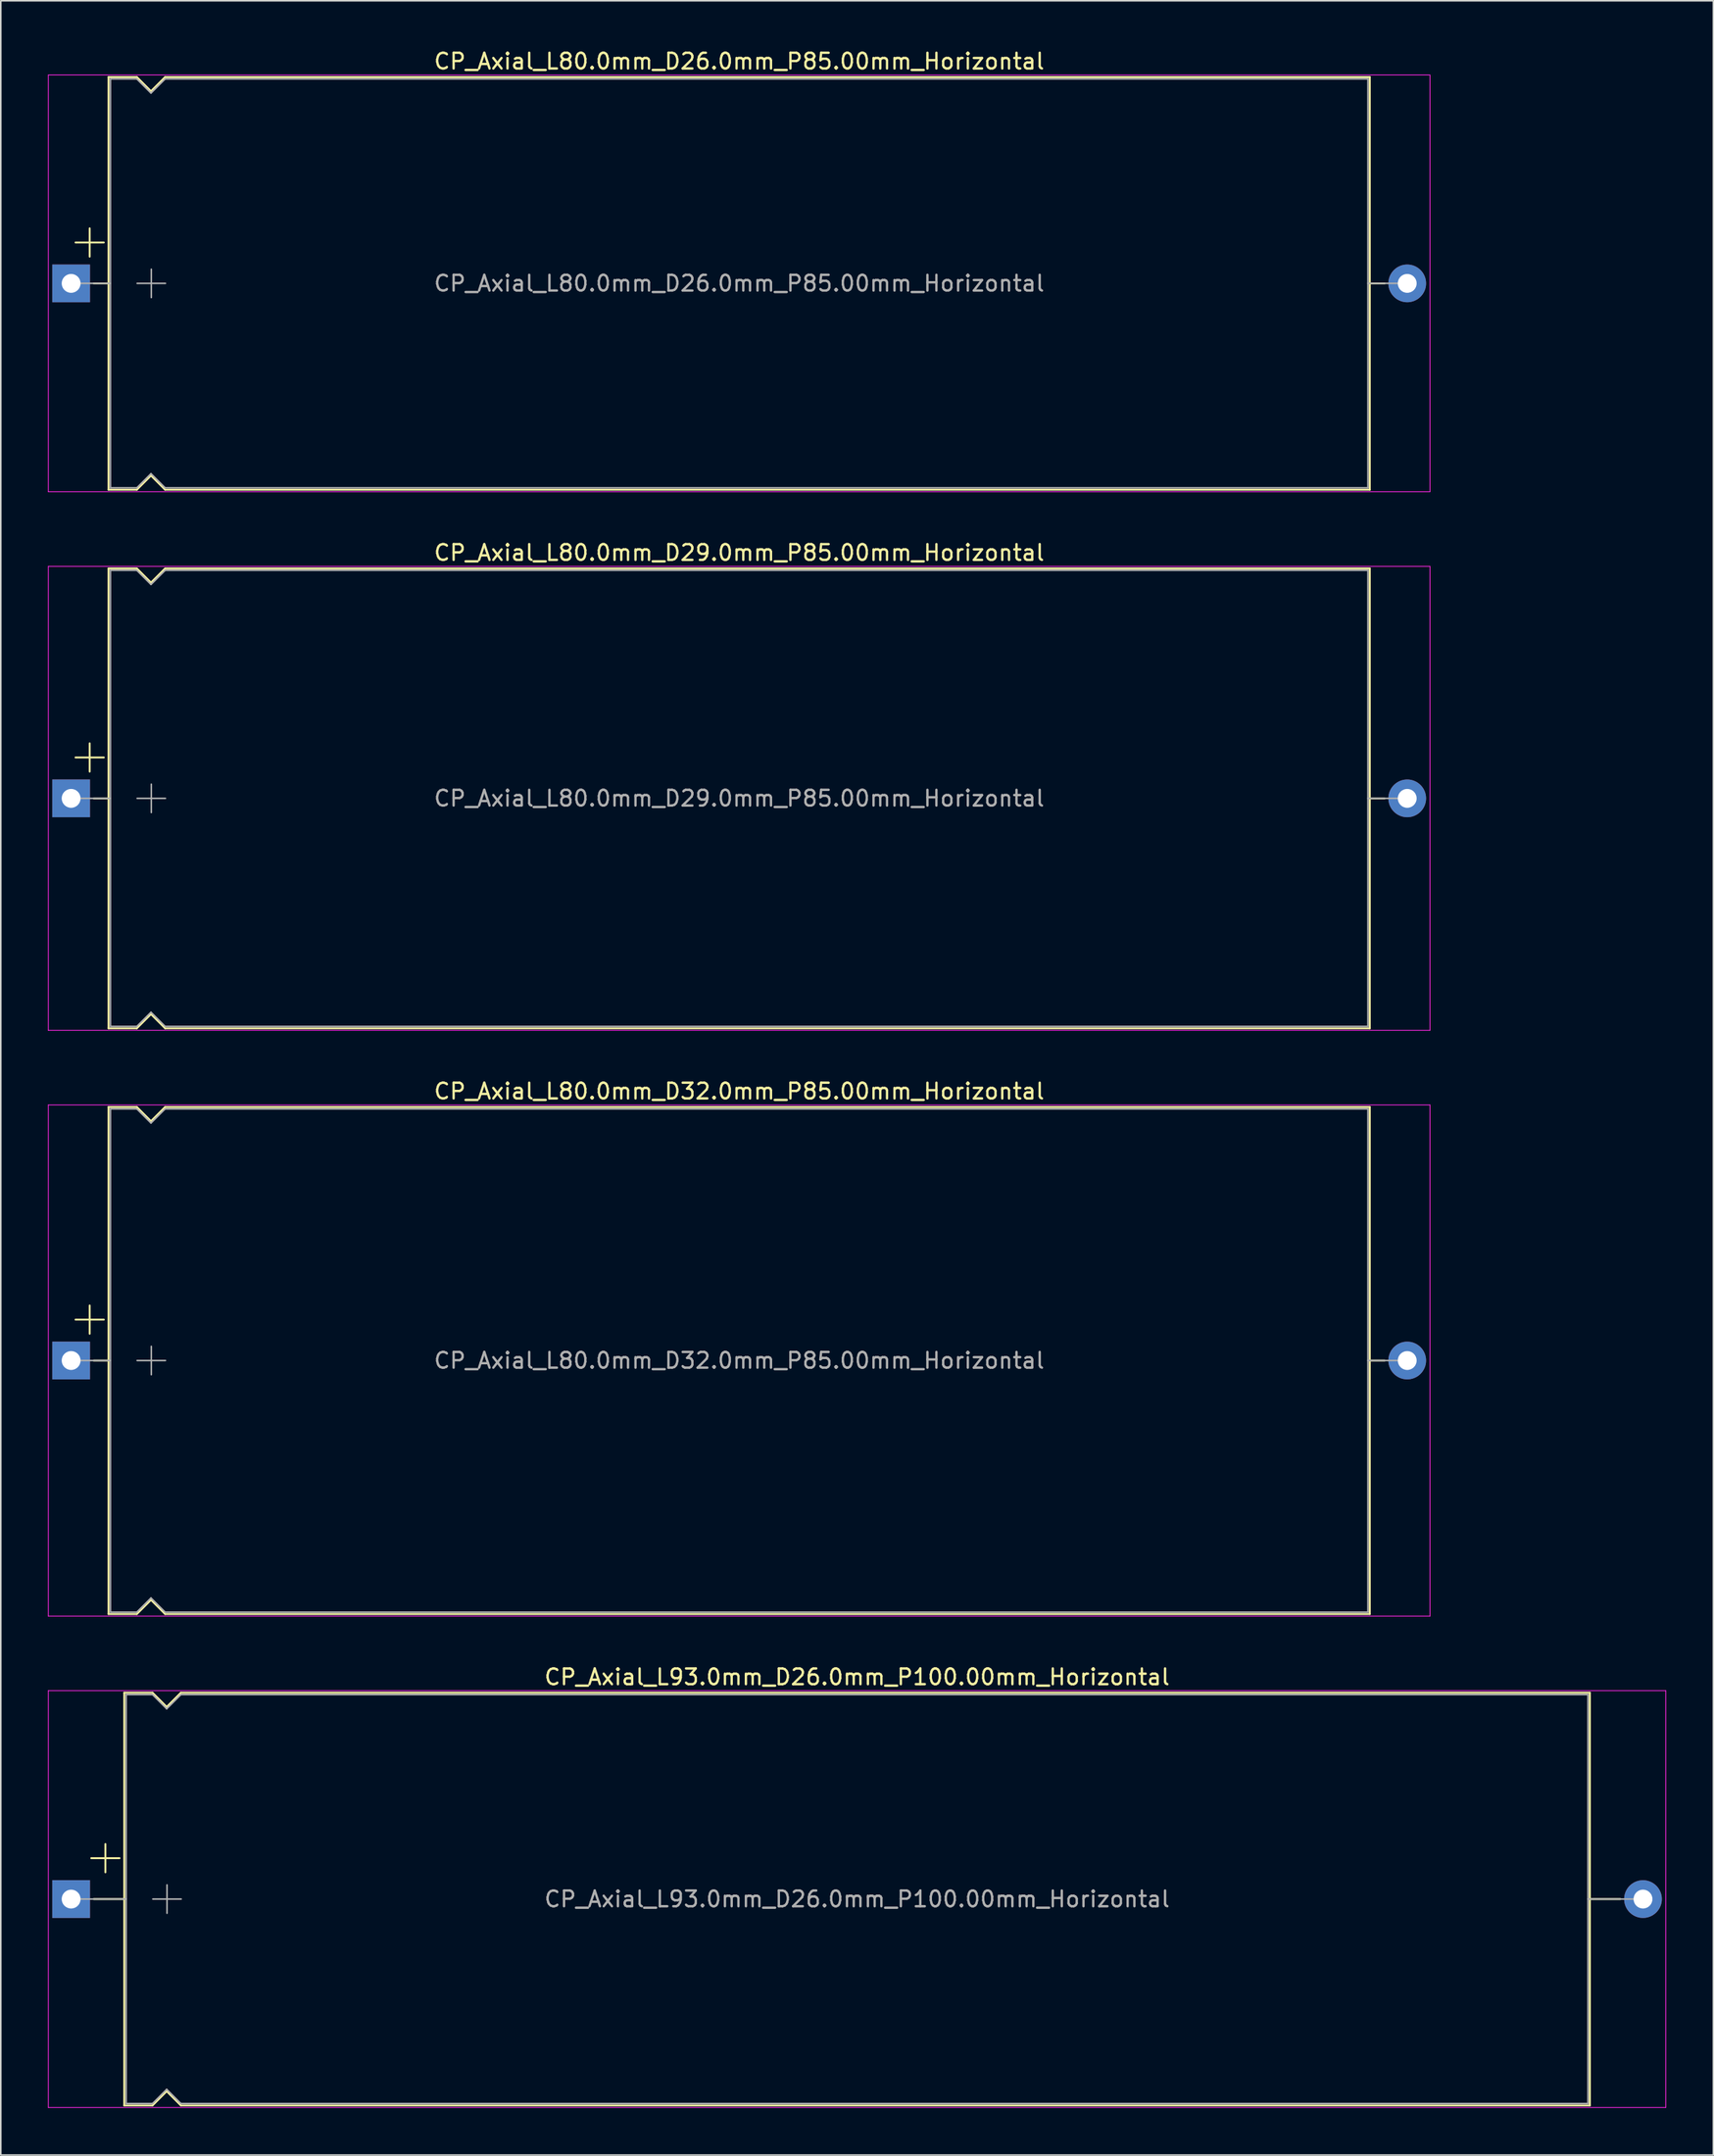
<source format=kicad_pcb>
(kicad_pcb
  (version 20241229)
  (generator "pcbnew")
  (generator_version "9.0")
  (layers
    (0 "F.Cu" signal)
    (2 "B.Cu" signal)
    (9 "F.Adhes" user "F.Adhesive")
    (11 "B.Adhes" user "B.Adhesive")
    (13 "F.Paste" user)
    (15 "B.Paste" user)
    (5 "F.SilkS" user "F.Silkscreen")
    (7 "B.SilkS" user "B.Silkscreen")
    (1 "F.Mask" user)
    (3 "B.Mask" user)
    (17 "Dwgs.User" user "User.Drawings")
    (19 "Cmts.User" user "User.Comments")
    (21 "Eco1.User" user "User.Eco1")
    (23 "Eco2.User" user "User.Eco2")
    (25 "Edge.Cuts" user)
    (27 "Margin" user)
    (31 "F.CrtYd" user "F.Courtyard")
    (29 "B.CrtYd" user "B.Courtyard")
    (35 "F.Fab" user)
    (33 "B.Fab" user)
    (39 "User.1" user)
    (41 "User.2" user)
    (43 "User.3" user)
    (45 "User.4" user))
  (footprint "CP_Axial_L80.0mm_D29.0mm_P85.00mm_Horizontal"
    (layer "F.Cu")
    (at 1.475 47.712)
    (property "Reference" "CP_Axial_L80.0mm_D29.0mm_P85.00mm_Horizontal" (at 42.5 -15.62 0) (layer "F.SilkS") (effects (font (size 1 1) (thickness 0.15))))
    (attr through_hole)
    (fp_line (start 0.28 -2.6) (end 2.08 -2.6) (stroke (width 0.12) (type solid)) (layer "F.SilkS"))
    (fp_line (start 1.18 -3.5) (end 1.18 -1.7) (stroke (width 0.12) (type solid)) (layer "F.SilkS"))
    (fp_line (start 1.44 0) (end 2.38 0) (stroke (width 0.12) (type solid)) (layer "F.SilkS"))
    (fp_line (start 2.38 -14.62) (end 2.38 14.62) (stroke (width 0.12) (type solid)) (layer "F.SilkS"))
    (fp_line (start 2.38 -14.62) (end 4.18 -14.62) (stroke (width 0.12) (type solid)) (layer "F.SilkS"))
    (fp_line (start 2.38 14.62) (end 4.18 14.62) (stroke (width 0.12) (type solid)) (layer "F.SilkS"))
    (fp_line (start 4.18 -14.62) (end 5.08 -13.72) (stroke (width 0.12) (type solid)) (layer "F.SilkS"))
    (fp_line (start 4.18 14.62) (end 5.08 13.72) (stroke (width 0.12) (type solid)) (layer "F.SilkS"))
    (fp_line (start 5.08 -13.72) (end 5.98 -14.62) (stroke (width 0.12) (type solid)) (layer "F.SilkS"))
    (fp_line (start 5.08 13.72) (end 5.98 14.62) (stroke (width 0.12) (type solid)) (layer "F.SilkS"))
    (fp_line (start 5.98 -14.62) (end 82.62 -14.62) (stroke (width 0.12) (type solid)) (layer "F.SilkS"))
    (fp_line (start 5.98 14.62) (end 82.62 14.62) (stroke (width 0.12) (type solid)) (layer "F.SilkS"))
    (fp_line (start 82.62 -14.62) (end 82.62 14.62) (stroke (width 0.12) (type solid)) (layer "F.SilkS"))
    (fp_line (start 83.56 0) (end 82.62 0) (stroke (width 0.12) (type solid)) (layer "F.SilkS"))
    (fp_line (start -1.45 -14.75) (end -1.45 14.75) (stroke (width 0.05) (type solid)) (layer "F.CrtYd"))
    (fp_line (start -1.45 14.75) (end 86.45 14.75) (stroke (width 0.05) (type solid)) (layer "F.CrtYd"))
    (fp_line (start 86.45 -14.75) (end -1.45 -14.75) (stroke (width 0.05) (type solid)) (layer "F.CrtYd"))
    (fp_line (start 86.45 14.75) (end 86.45 -14.75) (stroke (width 0.05) (type solid)) (layer "F.CrtYd"))
    (fp_line (start 0 0) (end 2.5 0) (stroke (width 0.1) (type solid)) (layer "F.Fab"))
    (fp_line (start 2.5 -14.5) (end 2.5 14.5) (stroke (width 0.1) (type solid)) (layer "F.Fab"))
    (fp_line (start 2.5 -14.5) (end 4.18 -14.5) (stroke (width 0.1) (type solid)) (layer "F.Fab"))
    (fp_line (start 2.5 14.5) (end 4.18 14.5) (stroke (width 0.1) (type solid)) (layer "F.Fab"))
    (fp_line (start 4.18 -14.5) (end 5.08 -13.6) (stroke (width 0.1) (type solid)) (layer "F.Fab"))
    (fp_line (start 4.18 14.5) (end 5.08 13.6) (stroke (width 0.1) (type solid)) (layer "F.Fab"))
    (fp_line (start 4.2 0) (end 6 0) (stroke (width 0.1) (type solid)) (layer "F.Fab"))
    (fp_line (start 5.08 -13.6) (end 5.98 -14.5) (stroke (width 0.1) (type solid)) (layer "F.Fab"))
    (fp_line (start 5.08 13.6) (end 5.98 14.5) (stroke (width 0.1) (type solid)) (layer "F.Fab"))
    (fp_line (start 5.1 -0.9) (end 5.1 0.9) (stroke (width 0.1) (type solid)) (layer "F.Fab"))
    (fp_line (start 5.98 -14.5) (end 82.5 -14.5) (stroke (width 0.1) (type solid)) (layer "F.Fab"))
    (fp_line (start 5.98 14.5) (end 82.5 14.5) (stroke (width 0.1) (type solid)) (layer "F.Fab"))
    (fp_line (start 82.5 -14.5) (end 82.5 14.5) (stroke (width 0.1) (type solid)) (layer "F.Fab"))
    (fp_line (start 85 0) (end 82.5 0) (stroke (width 0.1) (type solid)) (layer "F.Fab"))
    (fp_text user "${REFERENCE}" (at 42.5 0 0) (layer "F.Fab") (effects (font (size 1 1) (thickness 0.15))))
    (pad "1" thru_hole rect (at 0 0) (size 2.4 2.4) (drill 1.2) (layers "*.Cu" "*.Mask"))
    (pad "2" thru_hole oval (at 85 0) (size 2.4 2.4) (drill 1.2) (layers "*.Cu" "*.Mask")))
  (footprint "CP_Axial_L80.0mm_D32.0mm_P85.00mm_Horizontal"
    (layer "F.Cu")
    (at 1.475 83.455)
    (property "Reference" "CP_Axial_L80.0mm_D32.0mm_P85.00mm_Horizontal" (at 42.5 -17.12 0) (layer "F.SilkS") (effects (font (size 1 1) (thickness 0.15))))
    (attr through_hole)
    (fp_line (start 0.28 -2.6) (end 2.08 -2.6) (stroke (width 0.12) (type solid)) (layer "F.SilkS"))
    (fp_line (start 1.18 -3.5) (end 1.18 -1.7) (stroke (width 0.12) (type solid)) (layer "F.SilkS"))
    (fp_line (start 1.44 0) (end 2.38 0) (stroke (width 0.12) (type solid)) (layer "F.SilkS"))
    (fp_line (start 2.38 -16.12) (end 2.38 16.12) (stroke (width 0.12) (type solid)) (layer "F.SilkS"))
    (fp_line (start 2.38 -16.12) (end 4.18 -16.12) (stroke (width 0.12) (type solid)) (layer "F.SilkS"))
    (fp_line (start 2.38 16.12) (end 4.18 16.12) (stroke (width 0.12) (type solid)) (layer "F.SilkS"))
    (fp_line (start 4.18 -16.12) (end 5.08 -15.22) (stroke (width 0.12) (type solid)) (layer "F.SilkS"))
    (fp_line (start 4.18 16.12) (end 5.08 15.22) (stroke (width 0.12) (type solid)) (layer "F.SilkS"))
    (fp_line (start 5.08 -15.22) (end 5.98 -16.12) (stroke (width 0.12) (type solid)) (layer "F.SilkS"))
    (fp_line (start 5.08 15.22) (end 5.98 16.12) (stroke (width 0.12) (type solid)) (layer "F.SilkS"))
    (fp_line (start 5.98 -16.12) (end 82.62 -16.12) (stroke (width 0.12) (type solid)) (layer "F.SilkS"))
    (fp_line (start 5.98 16.12) (end 82.62 16.12) (stroke (width 0.12) (type solid)) (layer "F.SilkS"))
    (fp_line (start 82.62 -16.12) (end 82.62 16.12) (stroke (width 0.12) (type solid)) (layer "F.SilkS"))
    (fp_line (start 83.56 0) (end 82.62 0) (stroke (width 0.12) (type solid)) (layer "F.SilkS"))
    (fp_line (start -1.45 -16.25) (end -1.45 16.25) (stroke (width 0.05) (type solid)) (layer "F.CrtYd"))
    (fp_line (start -1.45 16.25) (end 86.45 16.25) (stroke (width 0.05) (type solid)) (layer "F.CrtYd"))
    (fp_line (start 86.45 -16.25) (end -1.45 -16.25) (stroke (width 0.05) (type solid)) (layer "F.CrtYd"))
    (fp_line (start 86.45 16.25) (end 86.45 -16.25) (stroke (width 0.05) (type solid)) (layer "F.CrtYd"))
    (fp_line (start 0 0) (end 2.5 0) (stroke (width 0.1) (type solid)) (layer "F.Fab"))
    (fp_line (start 2.5 -16) (end 2.5 16) (stroke (width 0.1) (type solid)) (layer "F.Fab"))
    (fp_line (start 2.5 -16) (end 4.18 -16) (stroke (width 0.1) (type solid)) (layer "F.Fab"))
    (fp_line (start 2.5 16) (end 4.18 16) (stroke (width 0.1) (type solid)) (layer "F.Fab"))
    (fp_line (start 4.18 -16) (end 5.08 -15.1) (stroke (width 0.1) (type solid)) (layer "F.Fab"))
    (fp_line (start 4.18 16) (end 5.08 15.1) (stroke (width 0.1) (type solid)) (layer "F.Fab"))
    (fp_line (start 4.2 0) (end 6 0) (stroke (width 0.1) (type solid)) (layer "F.Fab"))
    (fp_line (start 5.08 -15.1) (end 5.98 -16) (stroke (width 0.1) (type solid)) (layer "F.Fab"))
    (fp_line (start 5.08 15.1) (end 5.98 16) (stroke (width 0.1) (type solid)) (layer "F.Fab"))
    (fp_line (start 5.1 -0.9) (end 5.1 0.9) (stroke (width 0.1) (type solid)) (layer "F.Fab"))
    (fp_line (start 5.98 -16) (end 82.5 -16) (stroke (width 0.1) (type solid)) (layer "F.Fab"))
    (fp_line (start 5.98 16) (end 82.5 16) (stroke (width 0.1) (type solid)) (layer "F.Fab"))
    (fp_line (start 82.5 -16) (end 82.5 16) (stroke (width 0.1) (type solid)) (layer "F.Fab"))
    (fp_line (start 85 0) (end 82.5 0) (stroke (width 0.1) (type solid)) (layer "F.Fab"))
    (fp_text user "${REFERENCE}" (at 42.5 0 0) (layer "F.Fab") (effects (font (size 1 1) (thickness 0.15))))
    (pad "1" thru_hole rect (at 0 0) (size 2.4 2.4) (drill 1.2) (layers "*.Cu" "*.Mask"))
    (pad "2" thru_hole oval (at 85 0) (size 2.4 2.4) (drill 1.2) (layers "*.Cu" "*.Mask")))
  (footprint "CP_Axial_L80.0mm_D26.0mm_P85.00mm_Horizontal"
    (layer "F.Cu")
    (at 1.475 14.968)
    (property "Reference" "CP_Axial_L80.0mm_D26.0mm_P85.00mm_Horizontal" (at 42.5 -14.12 0) (layer "F.SilkS") (effects (font (size 1 1) (thickness 0.15))))
    (attr through_hole)
    (fp_line (start 0.28 -2.6) (end 2.08 -2.6) (stroke (width 0.12) (type solid)) (layer "F.SilkS"))
    (fp_line (start 1.18 -3.5) (end 1.18 -1.7) (stroke (width 0.12) (type solid)) (layer "F.SilkS"))
    (fp_line (start 1.44 0) (end 2.38 0) (stroke (width 0.12) (type solid)) (layer "F.SilkS"))
    (fp_line (start 2.38 -13.12) (end 2.38 13.12) (stroke (width 0.12) (type solid)) (layer "F.SilkS"))
    (fp_line (start 2.38 -13.12) (end 4.18 -13.12) (stroke (width 0.12) (type solid)) (layer "F.SilkS"))
    (fp_line (start 2.38 13.12) (end 4.18 13.12) (stroke (width 0.12) (type solid)) (layer "F.SilkS"))
    (fp_line (start 4.18 -13.12) (end 5.08 -12.22) (stroke (width 0.12) (type solid)) (layer "F.SilkS"))
    (fp_line (start 4.18 13.12) (end 5.08 12.22) (stroke (width 0.12) (type solid)) (layer "F.SilkS"))
    (fp_line (start 5.08 -12.22) (end 5.98 -13.12) (stroke (width 0.12) (type solid)) (layer "F.SilkS"))
    (fp_line (start 5.08 12.22) (end 5.98 13.12) (stroke (width 0.12) (type solid)) (layer "F.SilkS"))
    (fp_line (start 5.98 -13.12) (end 82.62 -13.12) (stroke (width 0.12) (type solid)) (layer "F.SilkS"))
    (fp_line (start 5.98 13.12) (end 82.62 13.12) (stroke (width 0.12) (type solid)) (layer "F.SilkS"))
    (fp_line (start 82.62 -13.12) (end 82.62 13.12) (stroke (width 0.12) (type solid)) (layer "F.SilkS"))
    (fp_line (start 83.56 0) (end 82.62 0) (stroke (width 0.12) (type solid)) (layer "F.SilkS"))
    (fp_line (start -1.45 -13.25) (end -1.45 13.25) (stroke (width 0.05) (type solid)) (layer "F.CrtYd"))
    (fp_line (start -1.45 13.25) (end 86.45 13.25) (stroke (width 0.05) (type solid)) (layer "F.CrtYd"))
    (fp_line (start 86.45 -13.25) (end -1.45 -13.25) (stroke (width 0.05) (type solid)) (layer "F.CrtYd"))
    (fp_line (start 86.45 13.25) (end 86.45 -13.25) (stroke (width 0.05) (type solid)) (layer "F.CrtYd"))
    (fp_line (start 0 0) (end 2.5 0) (stroke (width 0.1) (type solid)) (layer "F.Fab"))
    (fp_line (start 2.5 -13) (end 2.5 13) (stroke (width 0.1) (type solid)) (layer "F.Fab"))
    (fp_line (start 2.5 -13) (end 4.18 -13) (stroke (width 0.1) (type solid)) (layer "F.Fab"))
    (fp_line (start 2.5 13) (end 4.18 13) (stroke (width 0.1) (type solid)) (layer "F.Fab"))
    (fp_line (start 4.18 -13) (end 5.08 -12.1) (stroke (width 0.1) (type solid)) (layer "F.Fab"))
    (fp_line (start 4.18 13) (end 5.08 12.1) (stroke (width 0.1) (type solid)) (layer "F.Fab"))
    (fp_line (start 4.2 0) (end 6 0) (stroke (width 0.1) (type solid)) (layer "F.Fab"))
    (fp_line (start 5.08 -12.1) (end 5.98 -13) (stroke (width 0.1) (type solid)) (layer "F.Fab"))
    (fp_line (start 5.08 12.1) (end 5.98 13) (stroke (width 0.1) (type solid)) (layer "F.Fab"))
    (fp_line (start 5.1 -0.9) (end 5.1 0.9) (stroke (width 0.1) (type solid)) (layer "F.Fab"))
    (fp_line (start 5.98 -13) (end 82.5 -13) (stroke (width 0.1) (type solid)) (layer "F.Fab"))
    (fp_line (start 5.98 13) (end 82.5 13) (stroke (width 0.1) (type solid)) (layer "F.Fab"))
    (fp_line (start 82.5 -13) (end 82.5 13) (stroke (width 0.1) (type solid)) (layer "F.Fab"))
    (fp_line (start 85 0) (end 82.5 0) (stroke (width 0.1) (type solid)) (layer "F.Fab"))
    (fp_text user "${REFERENCE}" (at 42.5 0 0) (layer "F.Fab") (effects (font (size 1 1) (thickness 0.15))))
    (pad "1" thru_hole rect (at 0 0) (size 2.4 2.4) (drill 1.2) (layers "*.Cu" "*.Mask"))
    (pad "2" thru_hole oval (at 85 0) (size 2.4 2.4) (drill 1.2) (layers "*.Cu" "*.Mask")))
  (footprint "CP_Axial_L93.0mm_D26.0mm_P100.00mm_Horizontal"
    (layer "F.Cu")
    (at 1.475 117.698)
    (property "Reference" "CP_Axial_L93.0mm_D26.0mm_P100.00mm_Horizontal" (at 50 -14.12 0) (layer "F.SilkS") (effects (font (size 1 1) (thickness 0.15))))
    (attr through_hole)
    (fp_line (start 1.28 -2.6) (end 3.08 -2.6) (stroke (width 0.12) (type solid)) (layer "F.SilkS"))
    (fp_line (start 1.44 0) (end 3.38 0) (stroke (width 0.12) (type solid)) (layer "F.SilkS"))
    (fp_line (start 2.18 -3.5) (end 2.18 -1.7) (stroke (width 0.12) (type solid)) (layer "F.SilkS"))
    (fp_line (start 3.38 -13.12) (end 3.38 13.12) (stroke (width 0.12) (type solid)) (layer "F.SilkS"))
    (fp_line (start 3.38 -13.12) (end 5.18 -13.12) (stroke (width 0.12) (type solid)) (layer "F.SilkS"))
    (fp_line (start 3.38 13.12) (end 5.18 13.12) (stroke (width 0.12) (type solid)) (layer "F.SilkS"))
    (fp_line (start 5.18 -13.12) (end 6.08 -12.22) (stroke (width 0.12) (type solid)) (layer "F.SilkS"))
    (fp_line (start 5.18 13.12) (end 6.08 12.22) (stroke (width 0.12) (type solid)) (layer "F.SilkS"))
    (fp_line (start 6.08 -12.22) (end 6.98 -13.12) (stroke (width 0.12) (type solid)) (layer "F.SilkS"))
    (fp_line (start 6.08 12.22) (end 6.98 13.12) (stroke (width 0.12) (type solid)) (layer "F.SilkS"))
    (fp_line (start 6.98 -13.12) (end 96.62 -13.12) (stroke (width 0.12) (type solid)) (layer "F.SilkS"))
    (fp_line (start 6.98 13.12) (end 96.62 13.12) (stroke (width 0.12) (type solid)) (layer "F.SilkS"))
    (fp_line (start 96.62 -13.12) (end 96.62 13.12) (stroke (width 0.12) (type solid)) (layer "F.SilkS"))
    (fp_line (start 98.56 0) (end 96.62 0) (stroke (width 0.12) (type solid)) (layer "F.SilkS"))
    (fp_line (start -1.45 -13.25) (end -1.45 13.25) (stroke (width 0.05) (type solid)) (layer "F.CrtYd"))
    (fp_line (start -1.45 13.25) (end 101.45 13.25) (stroke (width 0.05) (type solid)) (layer "F.CrtYd"))
    (fp_line (start 101.45 -13.25) (end -1.45 -13.25) (stroke (width 0.05) (type solid)) (layer "F.CrtYd"))
    (fp_line (start 101.45 13.25) (end 101.45 -13.25) (stroke (width 0.05) (type solid)) (layer "F.CrtYd"))
    (fp_line (start 0 0) (end 3.5 0) (stroke (width 0.1) (type solid)) (layer "F.Fab"))
    (fp_line (start 3.5 -13) (end 3.5 13) (stroke (width 0.1) (type solid)) (layer "F.Fab"))
    (fp_line (start 3.5 -13) (end 5.18 -13) (stroke (width 0.1) (type solid)) (layer "F.Fab"))
    (fp_line (start 3.5 13) (end 5.18 13) (stroke (width 0.1) (type solid)) (layer "F.Fab"))
    (fp_line (start 5.18 -13) (end 6.08 -12.1) (stroke (width 0.1) (type solid)) (layer "F.Fab"))
    (fp_line (start 5.18 13) (end 6.08 12.1) (stroke (width 0.1) (type solid)) (layer "F.Fab"))
    (fp_line (start 5.2 0) (end 7 0) (stroke (width 0.1) (type solid)) (layer "F.Fab"))
    (fp_line (start 6.08 -12.1) (end 6.98 -13) (stroke (width 0.1) (type solid)) (layer "F.Fab"))
    (fp_line (start 6.08 12.1) (end 6.98 13) (stroke (width 0.1) (type solid)) (layer "F.Fab"))
    (fp_line (start 6.1 -0.9) (end 6.1 0.9) (stroke (width 0.1) (type solid)) (layer "F.Fab"))
    (fp_line (start 6.98 -13) (end 96.5 -13) (stroke (width 0.1) (type solid)) (layer "F.Fab"))
    (fp_line (start 6.98 13) (end 96.5 13) (stroke (width 0.1) (type solid)) (layer "F.Fab"))
    (fp_line (start 96.5 -13) (end 96.5 13) (stroke (width 0.1) (type solid)) (layer "F.Fab"))
    (fp_line (start 100 0) (end 96.5 0) (stroke (width 0.1) (type solid)) (layer "F.Fab"))
    (fp_text user "${REFERENCE}" (at 50 0 0) (layer "F.Fab") (effects (font (size 1 1) (thickness 0.15))))
    (pad "1" thru_hole rect (at 0 0) (size 2.4 2.4) (drill 1.2) (layers "*.Cu" "*.Mask"))
    (pad "2" thru_hole oval (at 100 0) (size 2.4 2.4) (drill 1.2) (layers "*.Cu" "*.Mask")))
  (gr_rect
    (start -3 -3)
    (end 105.95 133.973)
    (stroke (width 0.1) (type default))
    (fill no)
    (layer "Edge.Cuts")))
</source>
